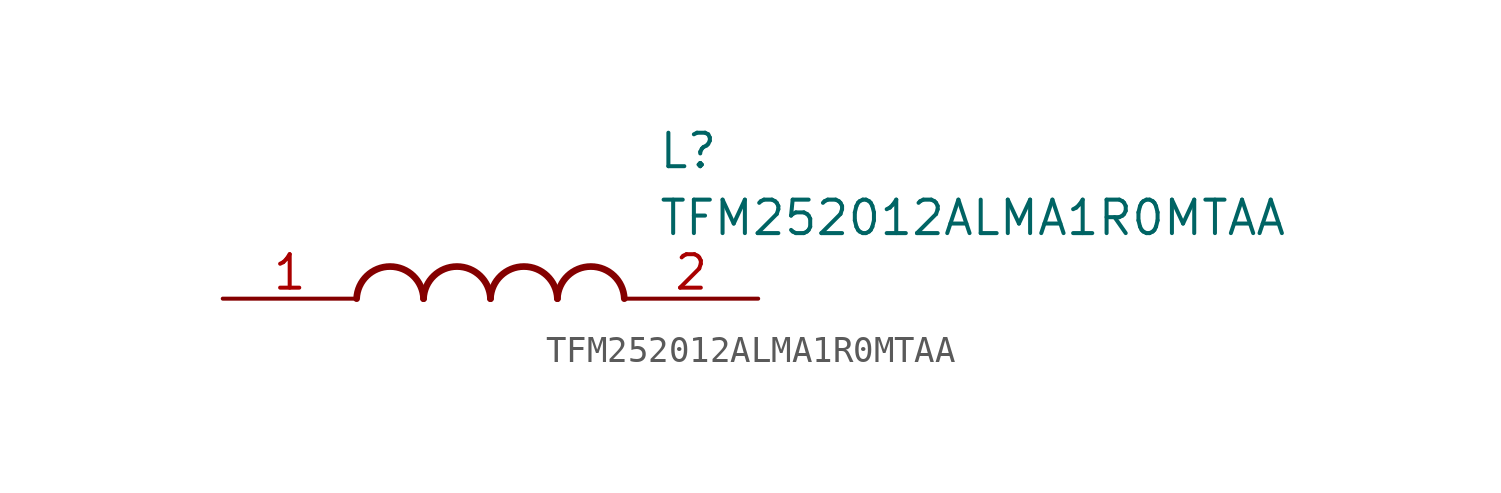
<source format=kicad_sym>
(kicad_symbol_lib
  (version 20241209)
  (generator "kicad_symbol_editor")
  (generator_version "9.0")
  (symbol "TFM252012ALMA1R0MTAA"
    (pin_names
      (hide yes))
    (property "Reference" "L"
      (at 16.51 6.35 0)
      (effects (font (size 1.27 1.27)) (justify left top)))
    (property "Value" "TFM252012ALMA1R0MTAA"
      (at 16.51 3.81 0)
      (effects (font (size 1.27 1.27)) (justify left top)))
    (symbol "TFM252012ALMA1R0MTAA_1_1"
      (arc (start 5.08 0) (mid 6.35 1.219) (end 7.62 0) (stroke (width 0.254) (type default)) (fill (type none)))
      (arc (start 7.62 0) (mid 8.89 1.219) (end 10.16 0) (stroke (width 0.254) (type default)) (fill (type none)))
      (arc (start 10.16 0) (mid 11.43 1.219) (end 12.7 0) (stroke (width 0.254) (type default)) (fill (type none)))
      (arc (start 12.7 0) (mid 13.97 1.219) (end 15.24 0) (stroke (width 0.254) (type default)) (fill (type none)))
      (pin passive line (at 0 0 0) (length 5.08) (name "1" (effects (font (size 1.27 1.27)))) (number "1" (effects (font (size 1.27 1.27)))))
      (pin passive line (at 20.32 0 180) (length 5.08) (name "2" (effects (font (size 1.27 1.27)))) (number "2" (effects (font (size 1.27 1.27))))))))
</source>
